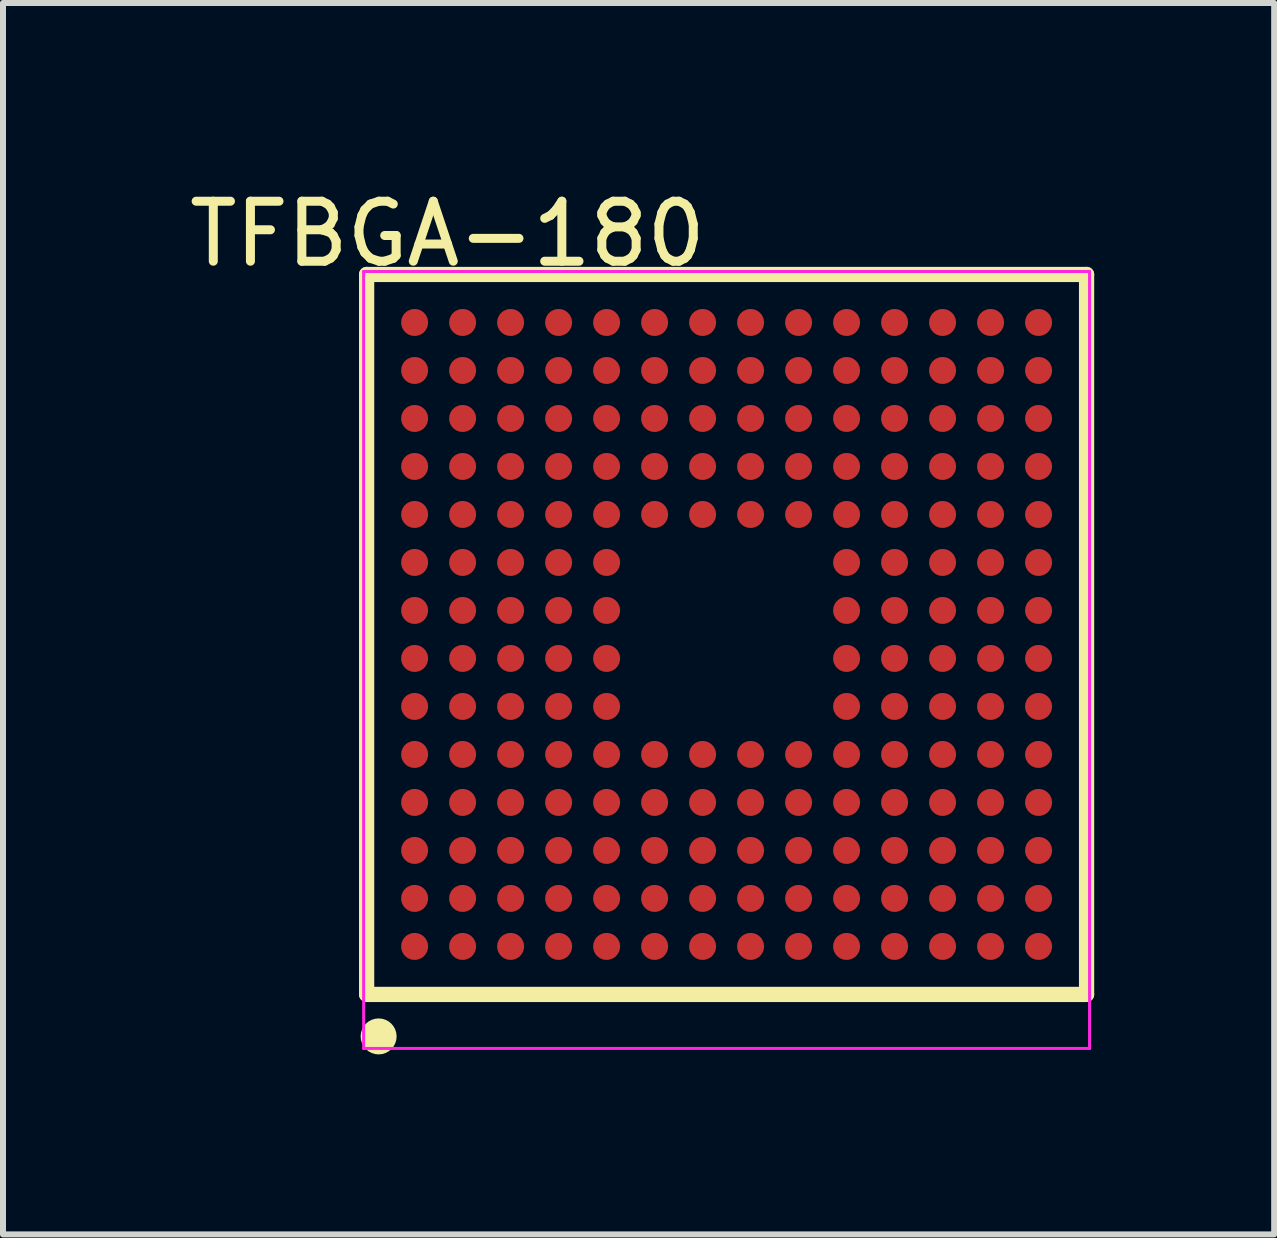
<source format=kicad_pcb>
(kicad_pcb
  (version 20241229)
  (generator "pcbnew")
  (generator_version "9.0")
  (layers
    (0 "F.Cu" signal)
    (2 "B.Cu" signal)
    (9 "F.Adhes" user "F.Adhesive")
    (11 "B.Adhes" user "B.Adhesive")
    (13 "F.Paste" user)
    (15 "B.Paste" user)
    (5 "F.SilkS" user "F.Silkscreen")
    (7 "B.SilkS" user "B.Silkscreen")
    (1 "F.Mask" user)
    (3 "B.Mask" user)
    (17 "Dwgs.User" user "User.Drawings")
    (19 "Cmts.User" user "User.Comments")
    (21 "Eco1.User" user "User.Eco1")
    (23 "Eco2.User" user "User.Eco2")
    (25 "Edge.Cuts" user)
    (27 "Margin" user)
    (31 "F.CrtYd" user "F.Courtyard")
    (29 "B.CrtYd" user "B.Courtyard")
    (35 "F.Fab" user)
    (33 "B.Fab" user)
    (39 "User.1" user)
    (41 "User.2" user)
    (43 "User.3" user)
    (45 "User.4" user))
  (footprint "TFBGA-180"
    (layer "F.Cu")
    (at 9.061 7.525)
    (property "Reference" "TFBGA-180" (at -4.651 -6.676 0) (layer "F.SilkS") (effects (font (size 1 1) (thickness 0.15))))
    (attr through_hole)
    (fp_line (start -6 -6) (end 6 -6) (stroke (width 0.254) (type solid)) (layer "F.SilkS"))
    (fp_line (start -6 6) (end -6 -6) (stroke (width 0.254) (type solid)) (layer "F.SilkS"))
    (fp_line (start -6 6) (end 6 6) (stroke (width 0.254) (type solid)) (layer "F.SilkS"))
    (fp_line (start 6 6) (end 6 -6) (stroke (width 0.254) (type solid)) (layer "F.SilkS"))
    (fp_circle (center -5.8 6.7) (end -5.65 6.7) (stroke (width 0.3) (type solid)) (fill no) (layer "F.SilkS"))
    (fp_line (start -6.05 -6.05) (end 6.05 -6.05) (stroke (width 0.05) (type solid)) (layer "F.CrtYd"))
    (fp_line (start -6.05 6.9) (end -6.05 -6.05) (stroke (width 0.05) (type solid)) (layer "F.CrtYd"))
    (fp_line (start 6.05 -6.05) (end 6.05 6.9) (stroke (width 0.05) (type solid)) (layer "F.CrtYd"))
    (fp_line (start 6.05 6.9) (end -6.05 6.9) (stroke (width 0.05) (type solid)) (layer "F.CrtYd"))
    (pad "A1" smd oval (at -5.2 5.2 90) (size 0.45 0.45) (layers "F.Cu" "F.Mask" "F.Paste"))
    (pad "A2" smd oval (at -5.2 4.4 90) (size 0.45 0.45) (layers "F.Cu" "F.Mask" "F.Paste"))
    (pad "A3" smd oval (at -5.2 3.6 90) (size 0.45 0.45) (layers "F.Cu" "F.Mask" "F.Paste"))
    (pad "A4" smd oval (at -5.2 2.8 90) (size 0.45 0.45) (layers "F.Cu" "F.Mask" "F.Paste"))
    (pad "A5" smd oval (at -5.2 2 90) (size 0.45 0.45) (layers "F.Cu" "F.Mask" "F.Paste"))
    (pad "A6" smd oval (at -5.2 1.2 90) (size 0.45 0.45) (layers "F.Cu" "F.Mask" "F.Paste"))
    (pad "A7" smd oval (at -5.2 0.4 90) (size 0.45 0.45) (layers "F.Cu" "F.Mask" "F.Paste"))
    (pad "A8" smd oval (at -5.2 -0.4 90) (size 0.45 0.45) (layers "F.Cu" "F.Mask" "F.Paste"))
    (pad "A9" smd oval (at -5.2 -1.2 90) (size 0.45 0.45) (layers "F.Cu" "F.Mask" "F.Paste"))
    (pad "A10" smd oval (at -5.2 -2 90) (size 0.45 0.45) (layers "F.Cu" "F.Mask" "F.Paste"))
    (pad "A11" smd oval (at -5.2 -2.8 90) (size 0.45 0.45) (layers "F.Cu" "F.Mask" "F.Paste"))
    (pad "A12" smd oval (at -5.2 -3.6 90) (size 0.45 0.45) (layers "F.Cu" "F.Mask" "F.Paste"))
    (pad "A13" smd oval (at -5.2 -4.4 90) (size 0.45 0.45) (layers "F.Cu" "F.Mask" "F.Paste"))
    (pad "A14" smd oval (at -5.2 -5.2 90) (size 0.45 0.45) (layers "F.Cu" "F.Mask" "F.Paste"))
    (pad "B1" smd oval (at -4.4 5.2 90) (size 0.45 0.45) (layers "F.Cu" "F.Mask" "F.Paste"))
    (pad "B2" smd oval (at -4.4 4.4 90) (size 0.45 0.45) (layers "F.Cu" "F.Mask" "F.Paste"))
    (pad "B3" smd oval (at -4.4 3.6 90) (size 0.45 0.45) (layers "F.Cu" "F.Mask" "F.Paste"))
    (pad "B4" smd oval (at -4.4 2.8 90) (size 0.45 0.45) (layers "F.Cu" "F.Mask" "F.Paste"))
    (pad "B5" smd oval (at -4.4 2 90) (size 0.45 0.45) (layers "F.Cu" "F.Mask" "F.Paste"))
    (pad "B6" smd oval (at -4.4 1.2 90) (size 0.45 0.45) (layers "F.Cu" "F.Mask" "F.Paste"))
    (pad "B7" smd oval (at -4.4 0.4 90) (size 0.45 0.45) (layers "F.Cu" "F.Mask" "F.Paste"))
    (pad "B8" smd oval (at -4.4 -0.4 90) (size 0.45 0.45) (layers "F.Cu" "F.Mask" "F.Paste"))
    (pad "B9" smd oval (at -4.4 -1.2 90) (size 0.45 0.45) (layers "F.Cu" "F.Mask" "F.Paste"))
    (pad "B10" smd oval (at -4.4 -2 90) (size 0.45 0.45) (layers "F.Cu" "F.Mask" "F.Paste"))
    (pad "B11" smd oval (at -4.4 -2.8 90) (size 0.45 0.45) (layers "F.Cu" "F.Mask" "F.Paste"))
    (pad "B12" smd oval (at -4.4 -3.6 90) (size 0.45 0.45) (layers "F.Cu" "F.Mask" "F.Paste"))
    (pad "B13" smd oval (at -4.4 -4.4 90) (size 0.45 0.45) (layers "F.Cu" "F.Mask" "F.Paste"))
    (pad "B14" smd oval (at -4.4 -5.2 90) (size 0.45 0.45) (layers "F.Cu" "F.Mask" "F.Paste"))
    (pad "C1" smd oval (at -3.6 5.2 90) (size 0.45 0.45) (layers "F.Cu" "F.Mask" "F.Paste"))
    (pad "C2" smd oval (at -3.6 4.4 90) (size 0.45 0.45) (layers "F.Cu" "F.Mask" "F.Paste"))
    (pad "C3" smd oval (at -3.6 3.6 90) (size 0.45 0.45) (layers "F.Cu" "F.Mask" "F.Paste"))
    (pad "C4" smd oval (at -3.6 2.8 90) (size 0.45 0.45) (layers "F.Cu" "F.Mask" "F.Paste"))
    (pad "C5" smd oval (at -3.6 2 90) (size 0.45 0.45) (layers "F.Cu" "F.Mask" "F.Paste"))
    (pad "C6" smd oval (at -3.6 1.2 90) (size 0.45 0.45) (layers "F.Cu" "F.Mask" "F.Paste"))
    (pad "C7" smd oval (at -3.6 0.4 90) (size 0.45 0.45) (layers "F.Cu" "F.Mask" "F.Paste"))
    (pad "C8" smd oval (at -3.6 -0.4 90) (size 0.45 0.45) (layers "F.Cu" "F.Mask" "F.Paste"))
    (pad "C9" smd oval (at -3.6 -1.2 90) (size 0.45 0.45) (layers "F.Cu" "F.Mask" "F.Paste"))
    (pad "C10" smd oval (at -3.6 -2 90) (size 0.45 0.45) (layers "F.Cu" "F.Mask" "F.Paste"))
    (pad "C11" smd oval (at -3.6 -2.8 90) (size 0.45 0.45) (layers "F.Cu" "F.Mask" "F.Paste"))
    (pad "C12" smd oval (at -3.6 -3.6 90) (size 0.45 0.45) (layers "F.Cu" "F.Mask" "F.Paste"))
    (pad "C13" smd oval (at -3.6 -4.4 90) (size 0.45 0.45) (layers "F.Cu" "F.Mask" "F.Paste"))
    (pad "C14" smd oval (at -3.6 -5.2 90) (size 0.45 0.45) (layers "F.Cu" "F.Mask" "F.Paste"))
    (pad "D1" smd oval (at -2.8 5.2 90) (size 0.45 0.45) (layers "F.Cu" "F.Mask" "F.Paste"))
    (pad "D2" smd oval (at -2.8 4.4 90) (size 0.45 0.45) (layers "F.Cu" "F.Mask" "F.Paste"))
    (pad "D3" smd oval (at -2.8 3.6 90) (size 0.45 0.45) (layers "F.Cu" "F.Mask" "F.Paste"))
    (pad "D4" smd oval (at -2.8 2.8 90) (size 0.45 0.45) (layers "F.Cu" "F.Mask" "F.Paste"))
    (pad "D5" smd oval (at -2.8 2 90) (size 0.45 0.45) (layers "F.Cu" "F.Mask" "F.Paste"))
    (pad "D6" smd oval (at -2.8 1.2 90) (size 0.45 0.45) (layers "F.Cu" "F.Mask" "F.Paste"))
    (pad "D7" smd oval (at -2.8 0.4 90) (size 0.45 0.45) (layers "F.Cu" "F.Mask" "F.Paste"))
    (pad "D8" smd oval (at -2.8 -0.4 90) (size 0.45 0.45) (layers "F.Cu" "F.Mask" "F.Paste"))
    (pad "D9" smd oval (at -2.8 -1.2 90) (size 0.45 0.45) (layers "F.Cu" "F.Mask" "F.Paste"))
    (pad "D10" smd oval (at -2.8 -2 90) (size 0.45 0.45) (layers "F.Cu" "F.Mask" "F.Paste"))
    (pad "D11" smd oval (at -2.8 -2.8 90) (size 0.45 0.45) (layers "F.Cu" "F.Mask" "F.Paste"))
    (pad "D12" smd oval (at -2.8 -3.6 90) (size 0.45 0.45) (layers "F.Cu" "F.Mask" "F.Paste"))
    (pad "D13" smd oval (at -2.8 -4.4 90) (size 0.45 0.45) (layers "F.Cu" "F.Mask" "F.Paste"))
    (pad "D14" smd oval (at -2.8 -5.2 90) (size 0.45 0.45) (layers "F.Cu" "F.Mask" "F.Paste"))
    (pad "E1" smd oval (at -2 5.2 90) (size 0.45 0.45) (layers "F.Cu" "F.Mask" "F.Paste"))
    (pad "E2" smd oval (at -2 4.4 90) (size 0.45 0.45) (layers "F.Cu" "F.Mask" "F.Paste"))
    (pad "E3" smd oval (at -2 3.6 90) (size 0.45 0.45) (layers "F.Cu" "F.Mask" "F.Paste"))
    (pad "E4" smd oval (at -2 2.8 90) (size 0.45 0.45) (layers "F.Cu" "F.Mask" "F.Paste"))
    (pad "E5" smd oval (at -2 2 90) (size 0.45 0.45) (layers "F.Cu" "F.Mask" "F.Paste"))
    (pad "E6" smd oval (at -2 1.2 90) (size 0.45 0.45) (layers "F.Cu" "F.Mask" "F.Paste"))
    (pad "E7" smd oval (at -2 0.4 90) (size 0.45 0.45) (layers "F.Cu" "F.Mask" "F.Paste"))
    (pad "E8" smd oval (at -2 -0.4 90) (size 0.45 0.45) (layers "F.Cu" "F.Mask" "F.Paste"))
    (pad "E9" smd oval (at -2 -1.2 90) (size 0.45 0.45) (layers "F.Cu" "F.Mask" "F.Paste"))
    (pad "E10" smd oval (at -2 -2 90) (size 0.45 0.45) (layers "F.Cu" "F.Mask" "F.Paste"))
    (pad "E11" smd oval (at -2 -2.8 90) (size 0.45 0.45) (layers "F.Cu" "F.Mask" "F.Paste"))
    (pad "E12" smd oval (at -2 -3.6 90) (size 0.45 0.45) (layers "F.Cu" "F.Mask" "F.Paste"))
    (pad "E13" smd oval (at -2 -4.4 90) (size 0.45 0.45) (layers "F.Cu" "F.Mask" "F.Paste"))
    (pad "E14" smd oval (at -2 -5.2 90) (size 0.45 0.45) (layers "F.Cu" "F.Mask" "F.Paste"))
    (pad "F1" smd oval (at -1.2 5.2 90) (size 0.45 0.45) (layers "F.Cu" "F.Mask" "F.Paste"))
    (pad "F2" smd oval (at -1.2 4.4 90) (size 0.45 0.45) (layers "F.Cu" "F.Mask" "F.Paste"))
    (pad "F3" smd oval (at -1.2 3.6 90) (size 0.45 0.45) (layers "F.Cu" "F.Mask" "F.Paste"))
    (pad "F4" smd oval (at -1.2 2.8 90) (size 0.45 0.45) (layers "F.Cu" "F.Mask" "F.Paste"))
    (pad "F5" smd oval (at -1.2 2 90) (size 0.45 0.45) (layers "F.Cu" "F.Mask" "F.Paste"))
    (pad "F10" smd oval (at -1.2 -2 90) (size 0.45 0.45) (layers "F.Cu" "F.Mask" "F.Paste"))
    (pad "F11" smd oval (at -1.2 -2.8 90) (size 0.45 0.45) (layers "F.Cu" "F.Mask" "F.Paste"))
    (pad "F12" smd oval (at -1.2 -3.6 90) (size 0.45 0.45) (layers "F.Cu" "F.Mask" "F.Paste"))
    (pad "F13" smd oval (at -1.2 -4.4 90) (size 0.45 0.45) (layers "F.Cu" "F.Mask" "F.Paste"))
    (pad "F14" smd oval (at -1.2 -5.2 90) (size 0.45 0.45) (layers "F.Cu" "F.Mask" "F.Paste"))
    (pad "G1" smd oval (at -0.4 5.2 90) (size 0.45 0.45) (layers "F.Cu" "F.Mask" "F.Paste"))
    (pad "G2" smd oval (at -0.4 4.4 90) (size 0.45 0.45) (layers "F.Cu" "F.Mask" "F.Paste"))
    (pad "G3" smd oval (at -0.4 3.6 90) (size 0.45 0.45) (layers "F.Cu" "F.Mask" "F.Paste"))
    (pad "G4" smd oval (at -0.4 2.8 90) (size 0.45 0.45) (layers "F.Cu" "F.Mask" "F.Paste"))
    (pad "G5" smd oval (at -0.4 2 90) (size 0.45 0.45) (layers "F.Cu" "F.Mask" "F.Paste"))
    (pad "G10" smd oval (at -0.4 -2 90) (size 0.45 0.45) (layers "F.Cu" "F.Mask" "F.Paste"))
    (pad "G11" smd oval (at -0.4 -2.8 90) (size 0.45 0.45) (layers "F.Cu" "F.Mask" "F.Paste"))
    (pad "G12" smd oval (at -0.4 -3.6 90) (size 0.45 0.45) (layers "F.Cu" "F.Mask" "F.Paste"))
    (pad "G13" smd oval (at -0.4 -4.4 90) (size 0.45 0.45) (layers "F.Cu" "F.Mask" "F.Paste"))
    (pad "G14" smd oval (at -0.4 -5.2 90) (size 0.45 0.45) (layers "F.Cu" "F.Mask" "F.Paste"))
    (pad "H1" smd oval (at 0.4 5.2 90) (size 0.45 0.45) (layers "F.Cu" "F.Mask" "F.Paste"))
    (pad "H2" smd oval (at 0.4 4.4 90) (size 0.45 0.45) (layers "F.Cu" "F.Mask" "F.Paste"))
    (pad "H3" smd oval (at 0.4 3.6 90) (size 0.45 0.45) (layers "F.Cu" "F.Mask" "F.Paste"))
    (pad "H4" smd oval (at 0.4 2.8 90) (size 0.45 0.45) (layers "F.Cu" "F.Mask" "F.Paste"))
    (pad "H5" smd oval (at 0.4 2 90) (size 0.45 0.45) (layers "F.Cu" "F.Mask" "F.Paste"))
    (pad "H10" smd oval (at 0.4 -2 90) (size 0.45 0.45) (layers "F.Cu" "F.Mask" "F.Paste"))
    (pad "H11" smd oval (at 0.4 -2.8 90) (size 0.45 0.45) (layers "F.Cu" "F.Mask" "F.Paste"))
    (pad "H12" smd oval (at 0.4 -3.6 90) (size 0.45 0.45) (layers "F.Cu" "F.Mask" "F.Paste"))
    (pad "H13" smd oval (at 0.4 -4.4 90) (size 0.45 0.45) (layers "F.Cu" "F.Mask" "F.Paste"))
    (pad "H14" smd oval (at 0.4 -5.2 90) (size 0.45 0.45) (layers "F.Cu" "F.Mask" "F.Paste"))
    (pad "J1" smd oval (at 1.2 5.2 90) (size 0.45 0.45) (layers "F.Cu" "F.Mask" "F.Paste"))
    (pad "J2" smd oval (at 1.2 4.4 90) (size 0.45 0.45) (layers "F.Cu" "F.Mask" "F.Paste"))
    (pad "J3" smd oval (at 1.2 3.6 90) (size 0.45 0.45) (layers "F.Cu" "F.Mask" "F.Paste"))
    (pad "J4" smd oval (at 1.2 2.8 90) (size 0.45 0.45) (layers "F.Cu" "F.Mask" "F.Paste"))
    (pad "J5" smd oval (at 1.2 2 90) (size 0.45 0.45) (layers "F.Cu" "F.Mask" "F.Paste"))
    (pad "J10" smd oval (at 1.2 -2 90) (size 0.45 0.45) (layers "F.Cu" "F.Mask" "F.Paste"))
    (pad "J11" smd oval (at 1.2 -2.8 90) (size 0.45 0.45) (layers "F.Cu" "F.Mask" "F.Paste"))
    (pad "J12" smd oval (at 1.2 -3.6 90) (size 0.45 0.45) (layers "F.Cu" "F.Mask" "F.Paste"))
    (pad "J13" smd oval (at 1.2 -4.4 90) (size 0.45 0.45) (layers "F.Cu" "F.Mask" "F.Paste"))
    (pad "J14" smd oval (at 1.2 -5.2 90) (size 0.45 0.45) (layers "F.Cu" "F.Mask" "F.Paste"))
    (pad "K1" smd oval (at 2 5.2 90) (size 0.45 0.45) (layers "F.Cu" "F.Mask" "F.Paste"))
    (pad "K2" smd oval (at 2 4.4 90) (size 0.45 0.45) (layers "F.Cu" "F.Mask" "F.Paste"))
    (pad "K3" smd oval (at 2 3.6 90) (size 0.45 0.45) (layers "F.Cu" "F.Mask" "F.Paste"))
    (pad "K4" smd oval (at 2 2.8 90) (size 0.45 0.45) (layers "F.Cu" "F.Mask" "F.Paste"))
    (pad "K5" smd oval (at 2 2 90) (size 0.45 0.45) (layers "F.Cu" "F.Mask" "F.Paste"))
    (pad "K6" smd oval (at 2 1.2 90) (size 0.45 0.45) (layers "F.Cu" "F.Mask" "F.Paste"))
    (pad "K7" smd oval (at 2 0.4 90) (size 0.45 0.45) (layers "F.Cu" "F.Mask" "F.Paste"))
    (pad "K8" smd oval (at 2 -0.4 90) (size 0.45 0.45) (layers "F.Cu" "F.Mask" "F.Paste"))
    (pad "K9" smd oval (at 2 -1.2 90) (size 0.45 0.45) (layers "F.Cu" "F.Mask" "F.Paste"))
    (pad "K10" smd oval (at 2 -2 90) (size 0.45 0.45) (layers "F.Cu" "F.Mask" "F.Paste"))
    (pad "K11" smd oval (at 2 -2.8 90) (size 0.45 0.45) (layers "F.Cu" "F.Mask" "F.Paste"))
    (pad "K12" smd oval (at 2 -3.6 90) (size 0.45 0.45) (layers "F.Cu" "F.Mask" "F.Paste"))
    (pad "K13" smd oval (at 2 -4.4 90) (size 0.45 0.45) (layers "F.Cu" "F.Mask" "F.Paste"))
    (pad "K14" smd oval (at 2 -5.2 90) (size 0.45 0.45) (layers "F.Cu" "F.Mask" "F.Paste"))
    (pad "L1" smd oval (at 2.8 5.2 90) (size 0.45 0.45) (layers "F.Cu" "F.Mask" "F.Paste"))
    (pad "L2" smd oval (at 2.8 4.4 90) (size 0.45 0.45) (layers "F.Cu" "F.Mask" "F.Paste"))
    (pad "L3" smd oval (at 2.8 3.6 90) (size 0.45 0.45) (layers "F.Cu" "F.Mask" "F.Paste"))
    (pad "L4" smd oval (at 2.8 2.8 90) (size 0.45 0.45) (layers "F.Cu" "F.Mask" "F.Paste"))
    (pad "L5" smd oval (at 2.8 2 90) (size 0.45 0.45) (layers "F.Cu" "F.Mask" "F.Paste"))
    (pad "L6" smd oval (at 2.8 1.2 90) (size 0.45 0.45) (layers "F.Cu" "F.Mask" "F.Paste"))
    (pad "L7" smd oval (at 2.8 0.4 90) (size 0.45 0.45) (layers "F.Cu" "F.Mask" "F.Paste"))
    (pad "L8" smd oval (at 2.8 -0.4 90) (size 0.45 0.45) (layers "F.Cu" "F.Mask" "F.Paste"))
    (pad "L9" smd oval (at 2.8 -1.2 90) (size 0.45 0.45) (layers "F.Cu" "F.Mask" "F.Paste"))
    (pad "L10" smd oval (at 2.8 -2 90) (size 0.45 0.45) (layers "F.Cu" "F.Mask" "F.Paste"))
    (pad "L11" smd oval (at 2.8 -2.8 90) (size 0.45 0.45) (layers "F.Cu" "F.Mask" "F.Paste"))
    (pad "L12" smd oval (at 2.8 -3.6 90) (size 0.45 0.45) (layers "F.Cu" "F.Mask" "F.Paste"))
    (pad "L13" smd oval (at 2.8 -4.4 90) (size 0.45 0.45) (layers "F.Cu" "F.Mask" "F.Paste"))
    (pad "L14" smd oval (at 2.8 -5.2 90) (size 0.45 0.45) (layers "F.Cu" "F.Mask" "F.Paste"))
    (pad "M1" smd oval (at 3.6 5.2 90) (size 0.45 0.45) (layers "F.Cu" "F.Mask" "F.Paste"))
    (pad "M2" smd oval (at 3.6 4.4 90) (size 0.45 0.45) (layers "F.Cu" "F.Mask" "F.Paste"))
    (pad "M3" smd oval (at 3.6 3.6 90) (size 0.45 0.45) (layers "F.Cu" "F.Mask" "F.Paste"))
    (pad "M4" smd oval (at 3.6 2.8 90) (size 0.45 0.45) (layers "F.Cu" "F.Mask" "F.Paste"))
    (pad "M5" smd oval (at 3.6 2 90) (size 0.45 0.45) (layers "F.Cu" "F.Mask" "F.Paste"))
    (pad "M6" smd oval (at 3.6 1.2 90) (size 0.45 0.45) (layers "F.Cu" "F.Mask" "F.Paste"))
    (pad "M7" smd oval (at 3.6 0.4 90) (size 0.45 0.45) (layers "F.Cu" "F.Mask" "F.Paste"))
    (pad "M8" smd oval (at 3.6 -0.4 90) (size 0.45 0.45) (layers "F.Cu" "F.Mask" "F.Paste"))
    (pad "M9" smd oval (at 3.6 -1.2 90) (size 0.45 0.45) (layers "F.Cu" "F.Mask" "F.Paste"))
    (pad "M10" smd oval (at 3.6 -2 90) (size 0.45 0.45) (layers "F.Cu" "F.Mask" "F.Paste"))
    (pad "M11" smd oval (at 3.6 -2.8 90) (size 0.45 0.45) (layers "F.Cu" "F.Mask" "F.Paste"))
    (pad "M12" smd oval (at 3.6 -3.6 90) (size 0.45 0.45) (layers "F.Cu" "F.Mask" "F.Paste"))
    (pad "M13" smd oval (at 3.6 -4.4 90) (size 0.45 0.45) (layers "F.Cu" "F.Mask" "F.Paste"))
    (pad "M14" smd oval (at 3.6 -5.2 90) (size 0.45 0.45) (layers "F.Cu" "F.Mask" "F.Paste"))
    (pad "N1" smd oval (at 4.4 5.2 90) (size 0.45 0.45) (layers "F.Cu" "F.Mask" "F.Paste"))
    (pad "N2" smd oval (at 4.4 4.4 90) (size 0.45 0.45) (layers "F.Cu" "F.Mask" "F.Paste"))
    (pad "N3" smd oval (at 4.4 3.6 90) (size 0.45 0.45) (layers "F.Cu" "F.Mask" "F.Paste"))
    (pad "N4" smd oval (at 4.4 2.8 90) (size 0.45 0.45) (layers "F.Cu" "F.Mask" "F.Paste"))
    (pad "N5" smd oval (at 4.4 2 90) (size 0.45 0.45) (layers "F.Cu" "F.Mask" "F.Paste"))
    (pad "N6" smd oval (at 4.4 1.2 90) (size 0.45 0.45) (layers "F.Cu" "F.Mask" "F.Paste"))
    (pad "N7" smd oval (at 4.4 0.4 90) (size 0.45 0.45) (layers "F.Cu" "F.Mask" "F.Paste"))
    (pad "N8" smd oval (at 4.4 -0.4 90) (size 0.45 0.45) (layers "F.Cu" "F.Mask" "F.Paste"))
    (pad "N9" smd oval (at 4.4 -1.2 90) (size 0.45 0.45) (layers "F.Cu" "F.Mask" "F.Paste"))
    (pad "N10" smd oval (at 4.4 -2 90) (size 0.45 0.45) (layers "F.Cu" "F.Mask" "F.Paste"))
    (pad "N11" smd oval (at 4.4 -2.8 90) (size 0.45 0.45) (layers "F.Cu" "F.Mask" "F.Paste"))
    (pad "N12" smd oval (at 4.4 -3.6 90) (size 0.45 0.45) (layers "F.Cu" "F.Mask" "F.Paste"))
    (pad "N13" smd oval (at 4.4 -4.4 90) (size 0.45 0.45) (layers "F.Cu" "F.Mask" "F.Paste"))
    (pad "N14" smd oval (at 4.4 -5.2 90) (size 0.45 0.45) (layers "F.Cu" "F.Mask" "F.Paste"))
    (pad "P1" smd oval (at 5.2 5.2 90) (size 0.45 0.45) (layers "F.Cu" "F.Mask" "F.Paste"))
    (pad "P2" smd oval (at 5.2 4.4 90) (size 0.45 0.45) (layers "F.Cu" "F.Mask" "F.Paste"))
    (pad "P3" smd oval (at 5.2 3.6 90) (size 0.45 0.45) (layers "F.Cu" "F.Mask" "F.Paste"))
    (pad "P4" smd oval (at 5.2 2.8 90) (size 0.45 0.45) (layers "F.Cu" "F.Mask" "F.Paste"))
    (pad "P5" smd oval (at 5.2 2 90) (size 0.45 0.45) (layers "F.Cu" "F.Mask" "F.Paste"))
    (pad "P6" smd oval (at 5.2 1.2 90) (size 0.45 0.45) (layers "F.Cu" "F.Mask" "F.Paste"))
    (pad "P7" smd oval (at 5.2 0.4 90) (size 0.45 0.45) (layers "F.Cu" "F.Mask" "F.Paste"))
    (pad "P8" smd oval (at 5.2 -0.4 90) (size 0.45 0.45) (layers "F.Cu" "F.Mask" "F.Paste"))
    (pad "P9" smd oval (at 5.2 -1.2 90) (size 0.45 0.45) (layers "F.Cu" "F.Mask" "F.Paste"))
    (pad "P10" smd oval (at 5.2 -2 90) (size 0.45 0.45) (layers "F.Cu" "F.Mask" "F.Paste"))
    (pad "P11" smd oval (at 5.2 -2.8 90) (size 0.45 0.45) (layers "F.Cu" "F.Mask" "F.Paste"))
    (pad "P12" smd oval (at 5.2 -3.6 90) (size 0.45 0.45) (layers "F.Cu" "F.Mask" "F.Paste"))
    (pad "P13" smd oval (at 5.2 -4.4 90) (size 0.45 0.45) (layers "F.Cu" "F.Mask" "F.Paste"))
    (pad "P14" smd oval (at 5.2 -5.2 90) (size 0.45 0.45) (layers "F.Cu" "F.Mask" "F.Paste")))
  (gr_rect
    (start -3 -3)
    (end 18.188 17.525)
    (stroke (width 0.1) (type default))
    (fill no)
    (layer "Edge.Cuts")))
</source>
